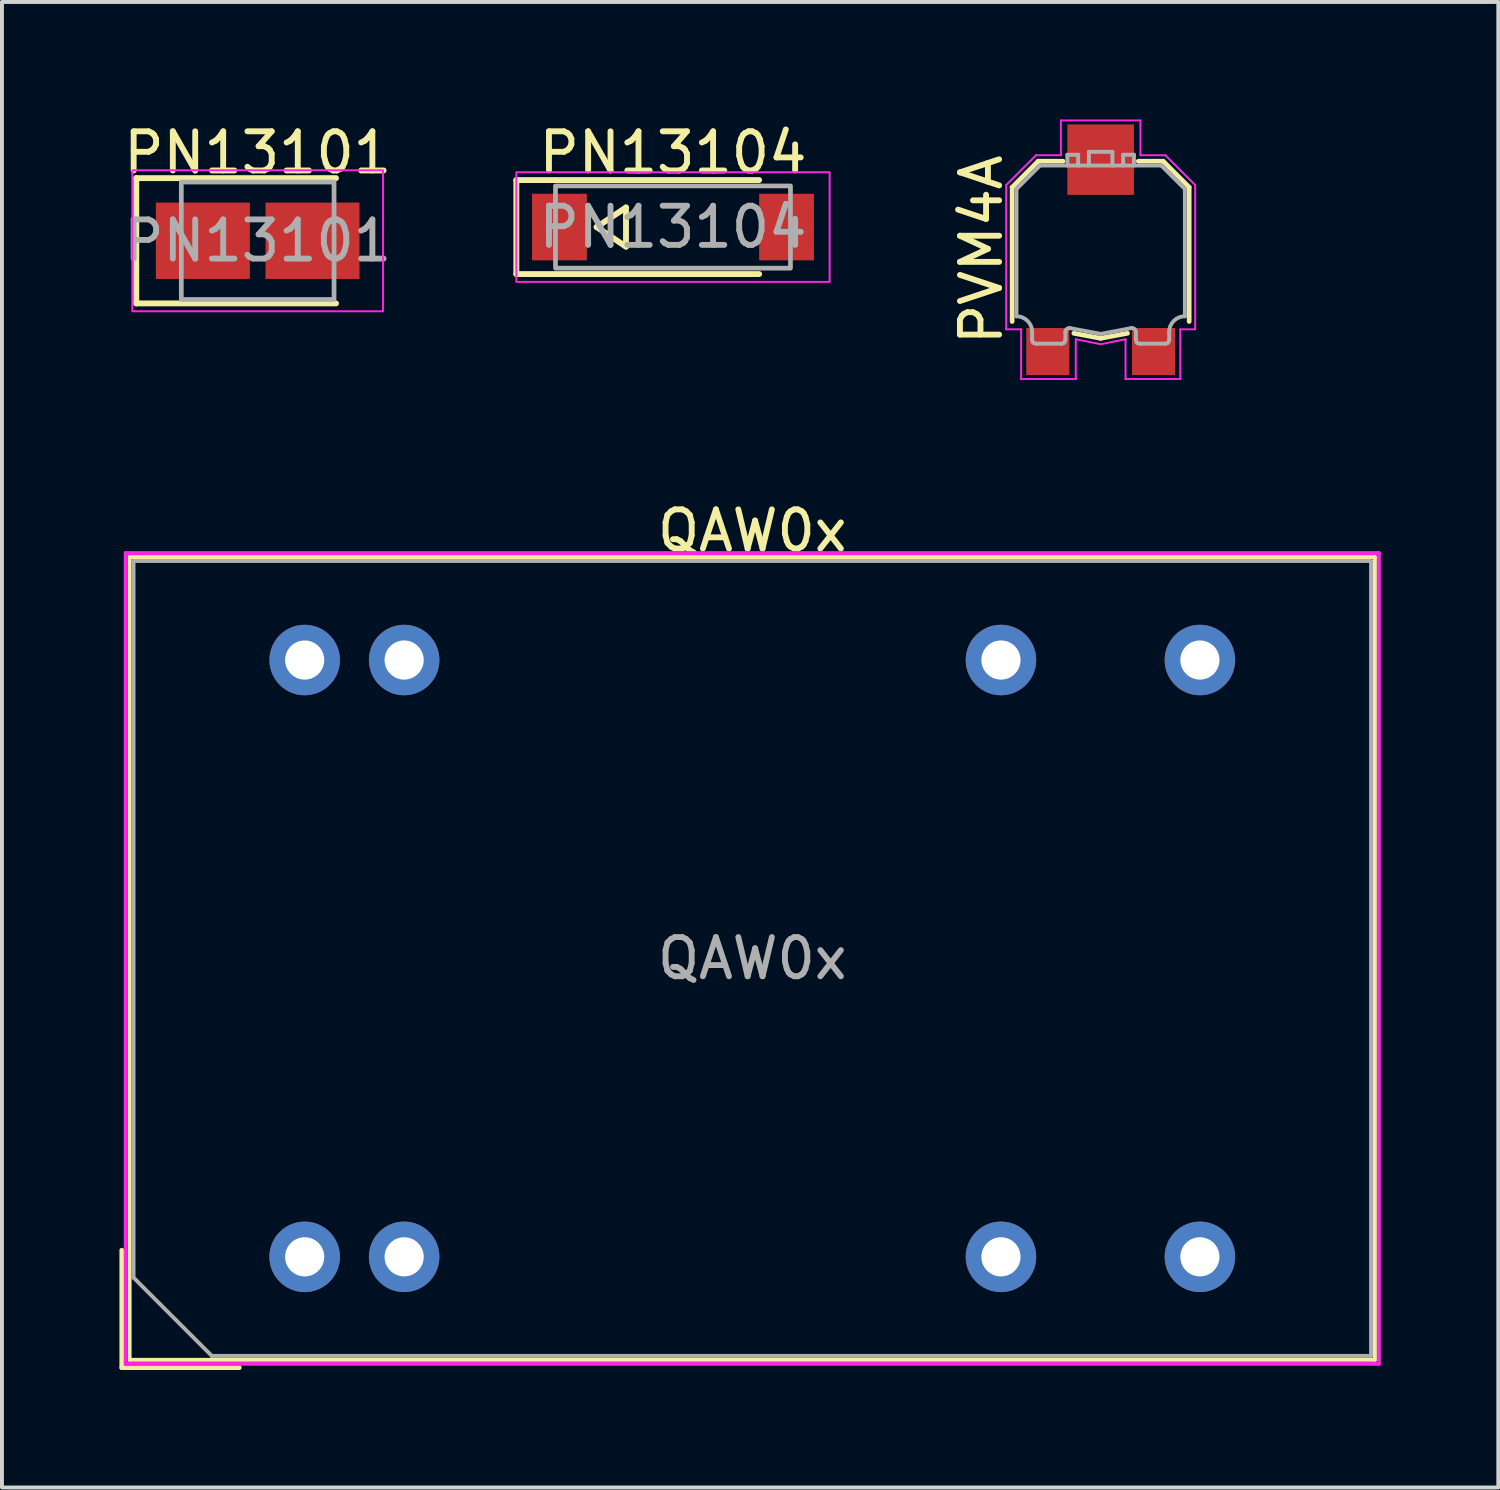
<source format=kicad_pcb>
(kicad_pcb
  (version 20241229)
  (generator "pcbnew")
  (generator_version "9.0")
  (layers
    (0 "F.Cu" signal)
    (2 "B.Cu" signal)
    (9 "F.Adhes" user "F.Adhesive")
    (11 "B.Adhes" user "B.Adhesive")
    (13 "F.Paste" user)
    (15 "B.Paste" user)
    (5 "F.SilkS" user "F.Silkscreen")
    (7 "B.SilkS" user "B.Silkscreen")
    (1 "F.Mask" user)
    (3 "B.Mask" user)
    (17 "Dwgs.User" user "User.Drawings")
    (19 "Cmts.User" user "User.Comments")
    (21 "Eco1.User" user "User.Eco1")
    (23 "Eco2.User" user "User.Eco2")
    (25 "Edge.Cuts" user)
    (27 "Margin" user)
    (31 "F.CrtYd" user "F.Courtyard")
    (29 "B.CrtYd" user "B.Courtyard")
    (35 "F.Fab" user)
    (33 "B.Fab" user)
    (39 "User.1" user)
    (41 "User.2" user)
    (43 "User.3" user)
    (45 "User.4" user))
  (footprint "PN13104"
    (layer "F.Cu")
    (at 14.135 2.748)
    (property "Reference" "PN13104" (at 0 -1.9 0) (unlocked yes) (layer "F.SilkS") (effects (font (size 1 1) (thickness 0.15))))
    (attr smd)
    (fp_line (start -4 -1.2) (end -4 1.2) (stroke (width 0.15) (type default)) (layer "F.SilkS"))
    (fp_line (start -4 -1.2) (end 2.2 -1.2) (stroke (width 0.15) (type default)) (layer "F.SilkS"))
    (fp_line (start -4 1.2) (end 2.2 1.2) (stroke (width 0.15) (type default)) (layer "F.SilkS"))
    (fp_line (start -1.95 0) (end -1.2 -0.5) (stroke (width 0.15) (type default)) (layer "F.SilkS"))
    (fp_line (start -1.2 -0.5) (end -1.2 0.5) (stroke (width 0.15) (type default)) (layer "F.SilkS"))
    (fp_line (start -1.2 0.5) (end -1.95 0) (stroke (width 0.15) (type default)) (layer "F.SilkS"))
    (fp_rect (start -4 -1.4) (end 4 1.4) (stroke (width 0.05) (type default)) (fill no) (layer "F.CrtYd"))
    (fp_rect (start -3 -1.05) (end 3 1.05) (stroke (width 0.12) (type solid)) (fill no) (layer "F.Fab"))
    (fp_text user "${REFERENCE}" (at 0 0 0) (unlocked yes) (layer "F.Fab") (effects (font (size 1 1) (thickness 0.15))))
    (pad "1" smd rect (at -2.9 0) (size 1.4 1.7) (layers "F.Cu" "F.Mask" "F.Paste"))
    (pad "2" smd rect (at 2.9 0) (size 1.4 1.7) (layers "F.Cu" "F.Mask" "F.Paste")))
  (footprint "PVM4A"
    (layer "F.Cu")
    (at 25.056 3.327)
    (property "Reference" "PVM4A" (at -3.048 0 90) (layer "F.SilkS") (effects (font (size 1 1) (thickness 0.15))))
    (attr through_hole)
    (fp_line (start -2.26 -1.596) (end -2.26 1.832) (stroke (width 0.12) (type solid)) (layer "F.SilkS"))
    (fp_line (start -1.596 -2.26) (end -2.26 -1.596) (stroke (width 0.12) (type solid)) (layer "F.SilkS"))
    (fp_line (start -1.596 -2.26) (end -0.961 -2.26) (stroke (width 0.12) (type solid)) (layer "F.SilkS"))
    (fp_line (start -0.686 2.134) (end 0 2.262) (stroke (width 0.12) (type solid)) (layer "F.SilkS"))
    (fp_line (start 0 2.262) (end 0.686 2.134) (stroke (width 0.12) (type solid)) (layer "F.SilkS"))
    (fp_line (start 1.596 -2.26) (end 0.961 -2.26) (stroke (width 0.12) (type solid)) (layer "F.SilkS"))
    (fp_line (start 2.26 -1.596) (end 1.596 -2.26) (stroke (width 0.12) (type solid)) (layer "F.SilkS"))
    (fp_line (start 2.26 1.832) (end 2.26 -1.596) (stroke (width 0.12) (type solid)) (layer "F.SilkS"))
    (fp_line (start -2.413 -1.651) (end -1.651 -2.413) (stroke (width 0.05) (type solid)) (layer "F.CrtYd"))
    (fp_line (start -2.413 2.032) (end -2.413 -1.651) (stroke (width 0.05) (type solid)) (layer "F.CrtYd"))
    (fp_line (start -2.032 2.032) (end -2.413 2.032) (stroke (width 0.05) (type solid)) (layer "F.CrtYd"))
    (fp_line (start -2.032 3.302) (end -2.032 2.032) (stroke (width 0.05) (type solid)) (layer "F.CrtYd"))
    (fp_line (start -1.651 -2.413) (end -1.016 -2.413) (stroke (width 0.05) (type solid)) (layer "F.CrtYd"))
    (fp_line (start -1.016 -3.302) (end 1.016 -3.302) (stroke (width 0.05) (type solid)) (layer "F.CrtYd"))
    (fp_line (start -1.016 -2.413) (end -1.016 -3.302) (stroke (width 0.05) (type solid)) (layer "F.CrtYd"))
    (fp_line (start -0.635 2.286) (end -0.635 3.302) (stroke (width 0.05) (type solid)) (layer "F.CrtYd"))
    (fp_line (start -0.635 3.302) (end -2.032 3.302) (stroke (width 0.05) (type solid)) (layer "F.CrtYd"))
    (fp_line (start 0 2.413) (end -0.635 2.286) (stroke (width 0.05) (type solid)) (layer "F.CrtYd"))
    (fp_line (start 0.635 2.286) (end 0 2.413) (stroke (width 0.05) (type solid)) (layer "F.CrtYd"))
    (fp_line (start 0.635 3.302) (end 0.635 2.286) (stroke (width 0.05) (type solid)) (layer "F.CrtYd"))
    (fp_line (start 1.016 -3.302) (end 1.016 -2.413) (stroke (width 0.05) (type solid)) (layer "F.CrtYd"))
    (fp_line (start 1.016 -2.413) (end 1.651 -2.413) (stroke (width 0.05) (type solid)) (layer "F.CrtYd"))
    (fp_line (start 1.651 -2.413) (end 2.413 -1.651) (stroke (width 0.05) (type solid)) (layer "F.CrtYd"))
    (fp_line (start 2.032 2.032) (end 2.032 3.302) (stroke (width 0.05) (type solid)) (layer "F.CrtYd"))
    (fp_line (start 2.032 3.302) (end 0.635 3.302) (stroke (width 0.05) (type solid)) (layer "F.CrtYd"))
    (fp_line (start 2.413 -1.651) (end 2.413 2.032) (stroke (width 0.05) (type solid)) (layer "F.CrtYd"))
    (fp_line (start 2.413 2.032) (end 2.032 2.032) (stroke (width 0.05) (type solid)) (layer "F.CrtYd"))
    (fp_line (start -2.15 -1.55) (end -2.15 1.7) (stroke (width 0.1) (type solid)) (layer "F.Fab"))
    (fp_line (start -1.75 2.1) (end -1.75 2.3) (stroke (width 0.1) (type solid)) (layer "F.Fab"))
    (fp_line (start -1.55 -2.15) (end -2.15 -1.55) (stroke (width 0.1) (type solid)) (layer "F.Fab"))
    (fp_line (start -1 2.4) (end -1.65 2.4) (stroke (width 0.1) (type solid)) (layer "F.Fab"))
    (fp_line (start -0.9 2.1) (end -0.9 2.3) (stroke (width 0.1) (type solid)) (layer "F.Fab"))
    (fp_line (start -0.85 -2.425) (end -0.575 -2.425) (stroke (width 0.1) (type solid)) (layer "F.Fab"))
    (fp_line (start -0.85 -2.15) (end -0.85 -2.425) (stroke (width 0.1) (type solid)) (layer "F.Fab"))
    (fp_line (start -0.781 2.002) (end 0 2.15) (stroke (width 0.1) (type solid)) (layer "F.Fab"))
    (fp_line (start -0.575 -2.2) (end -0.575 -2.425) (stroke (width 0.1) (type solid)) (layer "F.Fab"))
    (fp_line (start -0.572 -2.173) (end -0.575 -2.2) (stroke (width 0.1) (type solid)) (layer "F.Fab"))
    (fp_line (start -0.566 -2.15) (end -0.572 -2.173) (stroke (width 0.1) (type solid)) (layer "F.Fab"))
    (fp_line (start -0.303 -2.173) (end -0.309 -2.15) (stroke (width 0.1) (type solid)) (layer "F.Fab"))
    (fp_line (start -0.3 -2.5) (end 0.3 -2.5) (stroke (width 0.1) (type solid)) (layer "F.Fab"))
    (fp_line (start -0.3 -2.2) (end -0.303 -2.173) (stroke (width 0.1) (type solid)) (layer "F.Fab"))
    (fp_line (start -0.3 -2.2) (end -0.3 -2.5) (stroke (width 0.1) (type solid)) (layer "F.Fab"))
    (fp_line (start 0 2.15) (end 0.781 2.002) (stroke (width 0.1) (type solid)) (layer "F.Fab"))
    (fp_line (start 0.3 -2.5) (end 0.3 -2.2) (stroke (width 0.1) (type solid)) (layer "F.Fab"))
    (fp_line (start 0.303 -2.173) (end 0.3 -2.2) (stroke (width 0.1) (type solid)) (layer "F.Fab"))
    (fp_line (start 0.309 -2.15) (end 0.303 -2.173) (stroke (width 0.1) (type solid)) (layer "F.Fab"))
    (fp_line (start 0.572 -2.173) (end 0.566 -2.15) (stroke (width 0.1) (type solid)) (layer "F.Fab"))
    (fp_line (start 0.575 -2.425) (end 0.575 -2.2) (stroke (width 0.1) (type solid)) (layer "F.Fab"))
    (fp_line (start 0.575 -2.425) (end 0.85 -2.425) (stroke (width 0.1) (type solid)) (layer "F.Fab"))
    (fp_line (start 0.575 -2.2) (end 0.572 -2.173) (stroke (width 0.1) (type solid)) (layer "F.Fab"))
    (fp_line (start 0.85 -2.425) (end 0.85 -2.15) (stroke (width 0.1) (type solid)) (layer "F.Fab"))
    (fp_line (start 0.9 2.1) (end 0.9 2.3) (stroke (width 0.1) (type solid)) (layer "F.Fab"))
    (fp_line (start 1.55 -2.15) (end -1.55 -2.15) (stroke (width 0.1) (type solid)) (layer "F.Fab"))
    (fp_line (start 1.65 2.4) (end 1 2.4) (stroke (width 0.1) (type solid)) (layer "F.Fab"))
    (fp_line (start 1.75 2.1) (end 1.75 2.3) (stroke (width 0.1) (type solid)) (layer "F.Fab"))
    (fp_line (start 2.15 -1.55) (end 1.55 -2.15) (stroke (width 0.1) (type solid)) (layer "F.Fab"))
    (fp_line (start 2.15 1.7) (end 2.15 -1.55) (stroke (width 0.1) (type solid)) (layer "F.Fab"))
    (fp_arc (start -2.15 1.699999) (mid -1.867157 1.817157) (end -1.749999 2.1) (stroke (width 0.1) (type solid)) (layer "F.Fab"))
    (fp_arc (start -0.900001 2.1) (mid -0.863781 2.022979) (end -0.781359 2.001752) (stroke (width 0.1) (type solid)) (layer "F.Fab"))
    (fp_arc (start 0.78136 2.001753) (mid 0.863781 2.022981) (end 0.9 2.1) (stroke (width 0.1) (type solid)) (layer "F.Fab"))
    (fp_arc (start 1.749999 2.1) (mid 1.867157 1.817157) (end 2.15 1.699999) (stroke (width 0.1) (type solid)) (layer "F.Fab"))
    (fp_curve (pts (xy -1.75 2.3) (xy -1.75 2.324) (xy -1.74 2.351) (xy -1.721 2.371)) (stroke (width 0.1) (type solid)) (layer "F.Fab"))
    (fp_curve (pts (xy -1.721 2.371) (xy -1.701 2.39) (xy -1.674 2.4) (xy -1.65 2.4)) (stroke (width 0.1) (type solid)) (layer "F.Fab"))
    (fp_curve (pts (xy -0.929 2.371) (xy -0.949 2.39) (xy -0.976 2.4) (xy -1 2.4)) (stroke (width 0.1) (type solid)) (layer "F.Fab"))
    (fp_curve (pts (xy -0.9 2.3) (xy -0.9 2.324) (xy -0.91 2.351) (xy -0.929 2.371)) (stroke (width 0.1) (type solid)) (layer "F.Fab"))
    (fp_curve (pts (xy 0.9 2.3) (xy 0.9 2.324) (xy 0.91 2.351) (xy 0.929 2.371)) (stroke (width 0.1) (type solid)) (layer "F.Fab"))
    (fp_curve (pts (xy 0.929 2.371) (xy 0.949 2.39) (xy 0.976 2.4) (xy 1 2.4)) (stroke (width 0.1) (type solid)) (layer "F.Fab"))
    (fp_curve (pts (xy 1.721 2.371) (xy 1.701 2.39) (xy 1.674 2.4) (xy 1.65 2.4)) (stroke (width 0.1) (type solid)) (layer "F.Fab"))
    (fp_curve (pts (xy 1.75 2.3) (xy 1.75 2.324) (xy 1.74 2.351) (xy 1.721 2.371)) (stroke (width 0.1) (type solid)) (layer "F.Fab"))
    (pad "1" smd rect (at -1.35 2.6) (size 1.1 1.2) (layers "F.Cu" "F.Mask" "F.Paste"))
    (pad "2" smd rect (at 0 -2.3) (size 1.7 1.8) (layers "F.Cu" "F.Mask" "F.Paste"))
    (pad "3" smd rect (at 1.35 2.6) (size 1.1 1.2) (layers "F.Cu" "F.Mask" "F.Paste")))
  (footprint "QAW0x"
    (layer "F.Cu")
    (at 16.16 21.424)
    (property "Reference" "QAW0x" (at 0 -10.922 0) (layer "F.SilkS") (effects (font (size 1 1) (thickness 0.15))))
    (attr through_hole)
    (fp_line (start -16.1 7.45) (end -16.1 10.45) (stroke (width 0.12) (type solid)) (layer "F.SilkS"))
    (fp_line (start -16.1 10.45) (end -13.1 10.45) (stroke (width 0.12) (type solid)) (layer "F.SilkS"))
    (fp_line (start -15.9 -10.25) (end 15.9 -10.25) (stroke (width 0.1) (type solid)) (layer "F.SilkS"))
    (fp_line (start -15.9 10.25) (end -15.9 -10.25) (stroke (width 0.1) (type solid)) (layer "F.SilkS"))
    (fp_line (start 15.9 -10.25) (end 15.9 10.25) (stroke (width 0.1) (type solid)) (layer "F.SilkS"))
    (fp_line (start 15.9 10.25) (end -15.9 10.25) (stroke (width 0.1) (type solid)) (layer "F.SilkS"))
    (fp_line (start -16 -10.35) (end 16 -10.35) (stroke (width 0.1) (type solid)) (layer "F.CrtYd"))
    (fp_line (start -16 10.35) (end -16 -10.35) (stroke (width 0.1) (type solid)) (layer "F.CrtYd"))
    (fp_line (start 16 -10.35) (end 16 10.35) (stroke (width 0.1) (type solid)) (layer "F.CrtYd"))
    (fp_line (start 16 10.35) (end -16 10.35) (stroke (width 0.1) (type solid)) (layer "F.CrtYd"))
    (fp_line (start -15.8 -10.15) (end -15.8 8.15) (stroke (width 0.1) (type solid)) (layer "F.Fab"))
    (fp_line (start -15.8 -10.15) (end 15.8 -10.15) (stroke (width 0.1) (type solid)) (layer "F.Fab"))
    (fp_line (start -15.8 8.15) (end -13.8 10.15) (stroke (width 0.1) (type solid)) (layer "F.Fab"))
    (fp_line (start -13.8 10.15) (end 15.8 10.15) (stroke (width 0.1) (type solid)) (layer "F.Fab"))
    (fp_line (start 15.8 -10.15) (end 15.8 10.15) (stroke (width 0.1) (type solid)) (layer "F.Fab"))
    (fp_text user "${REFERENCE}" (at 0 0 0) (layer "F.Fab") (effects (font (size 1 1) (thickness 0.15))))
    (pad "2" thru_hole circle (at -11.43 7.62) (size 1.8 1.8) (drill 1) (layers "*.Cu" "*.Mask"))
    (pad "3" thru_hole circle (at -8.89 7.62) (size 1.8 1.8) (drill 1) (layers "*.Cu" "*.Mask"))
    (pad "9" thru_hole circle (at 6.35 7.62) (size 1.8 1.8) (drill 1) (layers "*.Cu" "*.Mask"))
    (pad "11" thru_hole circle (at 11.43 7.62) (size 1.8 1.8) (drill 1) (layers "*.Cu" "*.Mask"))
    (pad "14" thru_hole circle (at 11.43 -7.62) (size 1.8 1.8) (drill 1) (layers "*.Cu" "*.Mask"))
    (pad "16" thru_hole circle (at 6.35 -7.62) (size 1.8 1.8) (drill 1) (layers "*.Cu" "*.Mask"))
    (pad "22" thru_hole circle (at -8.89 -7.62) (size 1.8 1.8) (drill 1) (layers "*.Cu" "*.Mask"))
    (pad "23" thru_hole circle (at -11.43 -7.62) (size 1.8 1.8) (drill 1) (layers "*.Cu" "*.Mask")))
  (footprint "PN13101"
    (layer "F.Cu")
    (at 3.53 3.098)
    (property "Reference" "PN13101" (at 0 -2.25 0) (unlocked yes) (layer "F.SilkS") (effects (font (size 1 1) (thickness 0.15))))
    (attr smd)
    (fp_line (start -3.1 -1.6) (end -3.1 1.6) (stroke (width 0.15) (type default)) (layer "F.SilkS"))
    (fp_line (start -3.1 1.6) (end 2 1.6) (stroke (width 0.15) (type default)) (layer "F.SilkS"))
    (fp_line (start 2 -1.6) (end -3.1 -1.6) (stroke (width 0.15) (type default)) (layer "F.SilkS"))
    (fp_rect (start -3.2 -1.8) (end 3.2 1.8) (stroke (width 0.05) (type default)) (fill no) (layer "F.CrtYd"))
    (fp_rect (start -1.95 -1.5) (end 1.95 1.5) (stroke (width 0.12) (type solid)) (fill no) (layer "F.Fab"))
    (fp_text user "${REFERENCE}" (at 0 0 0) (unlocked yes) (layer "F.Fab") (effects (font (size 1 1) (thickness 0.15))))
    (pad "1" smd rect (at -1.4 0) (size 2.4 1.95) (layers "F.Cu" "F.Mask" "F.Paste"))
    (pad "2" smd rect (at 1.4 0) (size 2.4 1.95) (layers "F.Cu" "F.Mask" "F.Paste")))
  (gr_rect
    (start -3 -3)
    (end 35.21 34.934)
    (stroke (width 0.1) (type default))
    (fill no)
    (layer "Edge.Cuts")))
</source>
